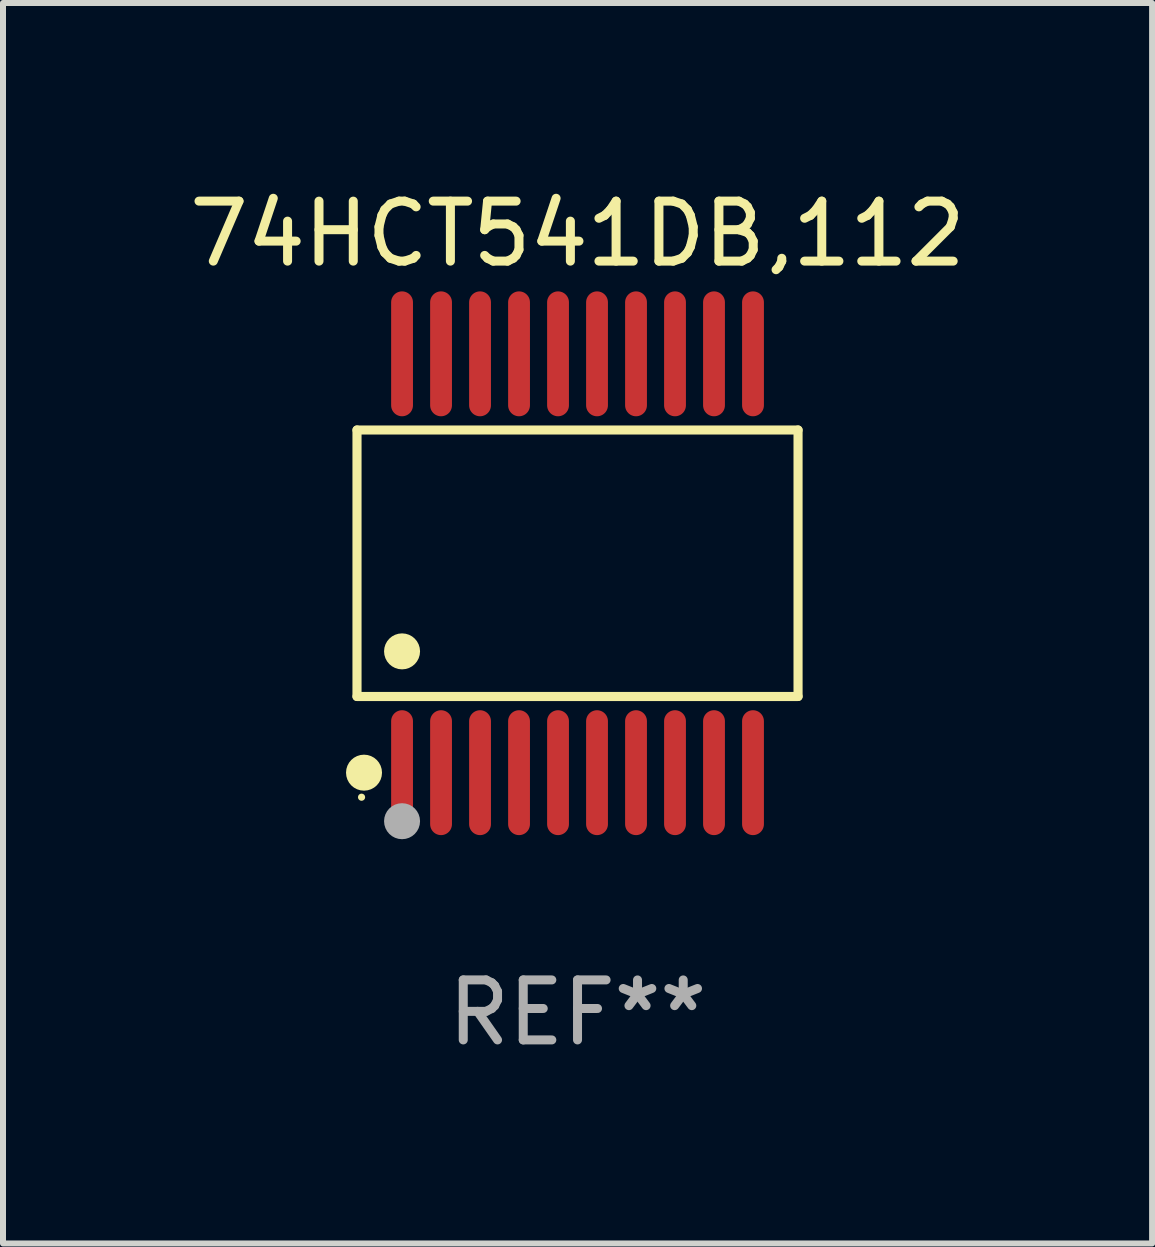
<source format=kicad_pcb>
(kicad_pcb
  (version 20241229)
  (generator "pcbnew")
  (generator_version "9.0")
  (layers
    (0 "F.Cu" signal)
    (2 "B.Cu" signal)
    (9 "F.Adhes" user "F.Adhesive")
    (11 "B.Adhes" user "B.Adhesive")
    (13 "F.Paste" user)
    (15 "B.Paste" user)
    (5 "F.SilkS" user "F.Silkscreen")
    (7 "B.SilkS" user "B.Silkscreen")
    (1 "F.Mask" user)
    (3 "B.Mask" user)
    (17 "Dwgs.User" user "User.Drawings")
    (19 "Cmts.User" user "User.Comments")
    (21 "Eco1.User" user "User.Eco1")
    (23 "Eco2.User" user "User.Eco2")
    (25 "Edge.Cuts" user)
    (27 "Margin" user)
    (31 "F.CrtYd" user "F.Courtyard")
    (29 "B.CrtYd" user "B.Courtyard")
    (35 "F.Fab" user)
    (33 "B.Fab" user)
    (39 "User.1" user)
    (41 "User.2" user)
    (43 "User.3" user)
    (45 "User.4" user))
  (footprint "74HCT541DB,112"
    (layer "F.Cu")
    (at 6.577 6.339)
    (property "Reference" "74HCT541DB,112" (at 0 -5.491 0) (layer "F.SilkS") (effects (font (size 1 1) (thickness 0.15))))
    (attr through_hole)
    (fp_line (start -3.676 -2.221) (end 3.676 -2.221) (stroke (width 0.152) (type solid)) (layer "F.SilkS"))
    (fp_line (start -3.676 2.221) (end -3.676 -2.221) (stroke (width 0.152) (type solid)) (layer "F.SilkS"))
    (fp_line (start 3.676 -2.221) (end 3.676 2.221) (stroke (width 0.152) (type solid)) (layer "F.SilkS"))
    (fp_line (start 3.676 2.221) (end -3.676 2.221) (stroke (width 0.152) (type solid)) (layer "F.SilkS"))
    (fp_circle (center -3.6 3.9) (end -3.57 3.9) (stroke (width 0.06) (type solid)) (fill no) (layer "F.SilkS"))
    (fp_circle (center -3.559 3.491) (end -3.409 3.491) (stroke (width 0.3) (type solid)) (fill no) (layer "F.SilkS"))
    (fp_circle (center -2.925 1.469) (end -2.775 1.469) (stroke (width 0.3) (type solid)) (fill no) (layer "F.SilkS"))
    (fp_circle (center -2.925 4.3) (end -2.775 4.3) (stroke (width 0.3) (type solid)) (fill no) (layer "F.Fab"))
    (fp_text user "REF**" (at 0 7.491 0) (layer "F.Fab") (effects (font (size 1 1) (thickness 0.15))))
    (pad "1" smd oval (at -2.925 3.491) (size 0.364 2.082) (layers "F.Cu" "F.Mask" "F.Paste"))
    (pad "2" smd oval (at -2.275 3.491) (size 0.364 2.082) (layers "F.Cu" "F.Mask" "F.Paste"))
    (pad "3" smd oval (at -1.625 3.491) (size 0.364 2.082) (layers "F.Cu" "F.Mask" "F.Paste"))
    (pad "4" smd oval (at -0.975 3.491) (size 0.364 2.082) (layers "F.Cu" "F.Mask" "F.Paste"))
    (pad "5" smd oval (at -0.325 3.491) (size 0.364 2.082) (layers "F.Cu" "F.Mask" "F.Paste"))
    (pad "6" smd oval (at 0.325 3.491) (size 0.364 2.082) (layers "F.Cu" "F.Mask" "F.Paste"))
    (pad "7" smd oval (at 0.975 3.491) (size 0.364 2.082) (layers "F.Cu" "F.Mask" "F.Paste"))
    (pad "8" smd oval (at 1.625 3.491) (size 0.364 2.082) (layers "F.Cu" "F.Mask" "F.Paste"))
    (pad "9" smd oval (at 2.275 3.491) (size 0.364 2.082) (layers "F.Cu" "F.Mask" "F.Paste"))
    (pad "10" smd oval (at 2.925 3.491) (size 0.364 2.082) (layers "F.Cu" "F.Mask" "F.Paste"))
    (pad "11" smd oval (at 2.925 -3.491) (size 0.364 2.082) (layers "F.Cu" "F.Mask" "F.Paste"))
    (pad "12" smd oval (at 2.275 -3.491) (size 0.364 2.082) (layers "F.Cu" "F.Mask" "F.Paste"))
    (pad "13" smd oval (at 1.625 -3.491) (size 0.364 2.082) (layers "F.Cu" "F.Mask" "F.Paste"))
    (pad "14" smd oval (at 0.975 -3.491) (size 0.364 2.082) (layers "F.Cu" "F.Mask" "F.Paste"))
    (pad "15" smd oval (at 0.325 -3.491) (size 0.364 2.082) (layers "F.Cu" "F.Mask" "F.Paste"))
    (pad "16" smd oval (at -0.325 -3.491) (size 0.364 2.082) (layers "F.Cu" "F.Mask" "F.Paste"))
    (pad "17" smd oval (at -0.975 -3.491) (size 0.364 2.082) (layers "F.Cu" "F.Mask" "F.Paste"))
    (pad "18" smd oval (at -1.625 -3.491) (size 0.364 2.082) (layers "F.Cu" "F.Mask" "F.Paste"))
    (pad "19" smd oval (at -2.275 -3.491) (size 0.364 2.082) (layers "F.Cu" "F.Mask" "F.Paste"))
    (pad "20" smd oval (at -2.925 -3.491) (size 0.364 2.082) (layers "F.Cu" "F.Mask" "F.Paste")))
  (gr_rect
    (start -3 -3)
    (end 16.155 17.678)
    (stroke (width 0.1) (type default))
    (fill no)
    (layer "Edge.Cuts")))
</source>
